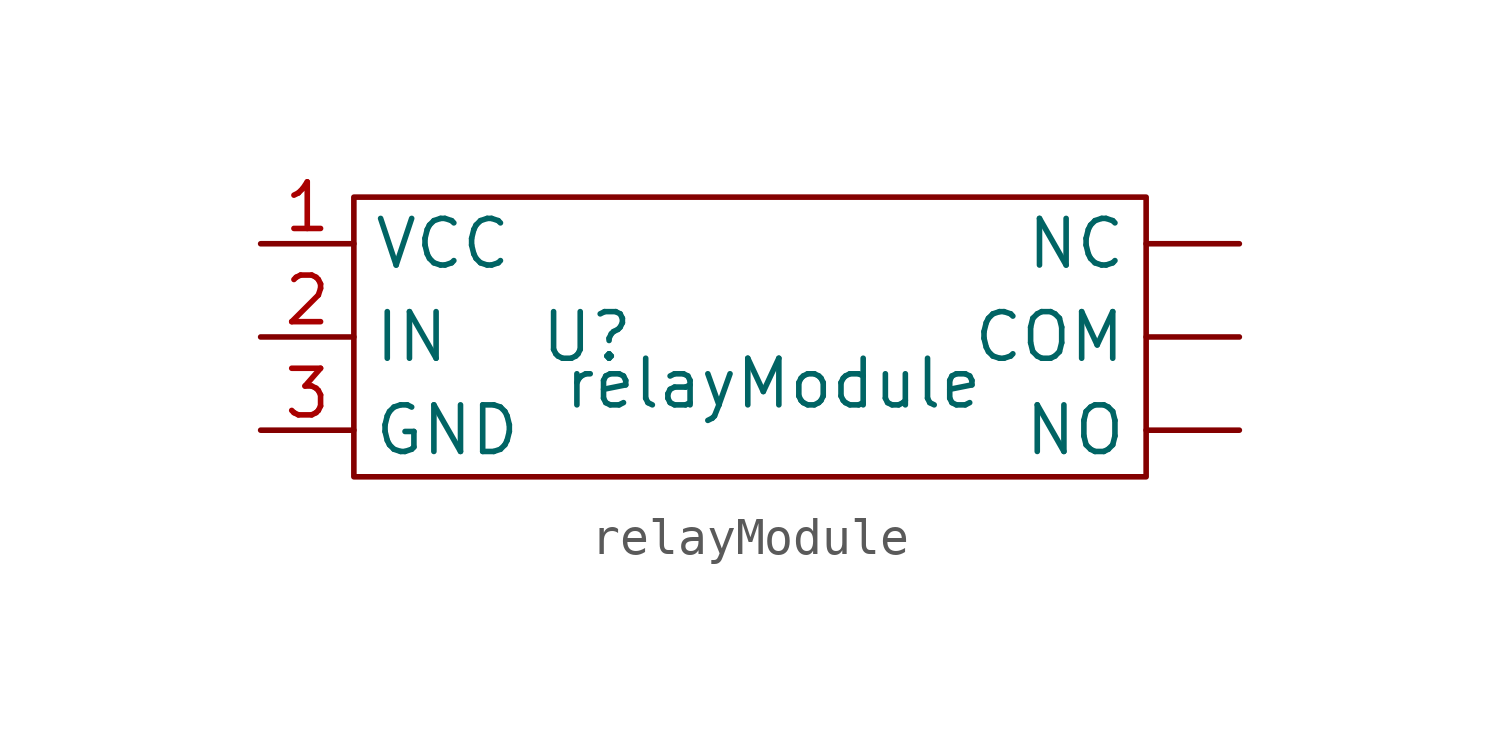
<source format=kicad_sym>
(kicad_symbol_lib
  (version 20211014)
  (generator kicad_symbol_editor)
  (symbol "relayModule"
    (property "Reference" "U"
      (at 6.35 -3.81 0)
      (effects (font (size 1.27 1.27))))
    (property "Value" "relayModule"
      (at 11.43 -5.08 0)
      (effects (font (size 1.27 1.27))))
    (symbol "relayModule_0_1"
      (rectangle (start 0 0) (end 21.59 -7.62) (stroke (width 0) (type default) (color 0 0 0 0)) (fill (type none))))
    (symbol "relayModule_1_1"
      (pin bidirectional line (at 24.13 -3.81 180) (length 2.54) (name "COM" (effects (font (size 1.27 1.27)))) (number "" (effects (font (size 1.27 1.27)))))
      (pin bidirectional line (at 24.13 -1.27 180) (length 2.54) (name "NC" (effects (font (size 1.27 1.27)))) (number "" (effects (font (size 1.27 1.27)))))
      (pin bidirectional line (at 24.13 -6.35 180) (length 2.54) (name "NO" (effects (font (size 1.27 1.27)))) (number "" (effects (font (size 1.27 1.27)))))
      (pin input line (at -2.54 -1.27 0) (length 2.54) (name "VCC" (effects (font (size 1.27 1.27)))) (number "1" (effects (font (size 1.27 1.27)))))
      (pin input line (at -2.54 -3.81 0) (length 2.54) (name "IN" (effects (font (size 1.27 1.27)))) (number "2" (effects (font (size 1.27 1.27)))))
      (pin output line (at -2.54 -6.35 0) (length 2.54) (name "GND" (effects (font (size 1.27 1.27)))) (number "3" (effects (font (size 1.27 1.27))))))))
</source>
